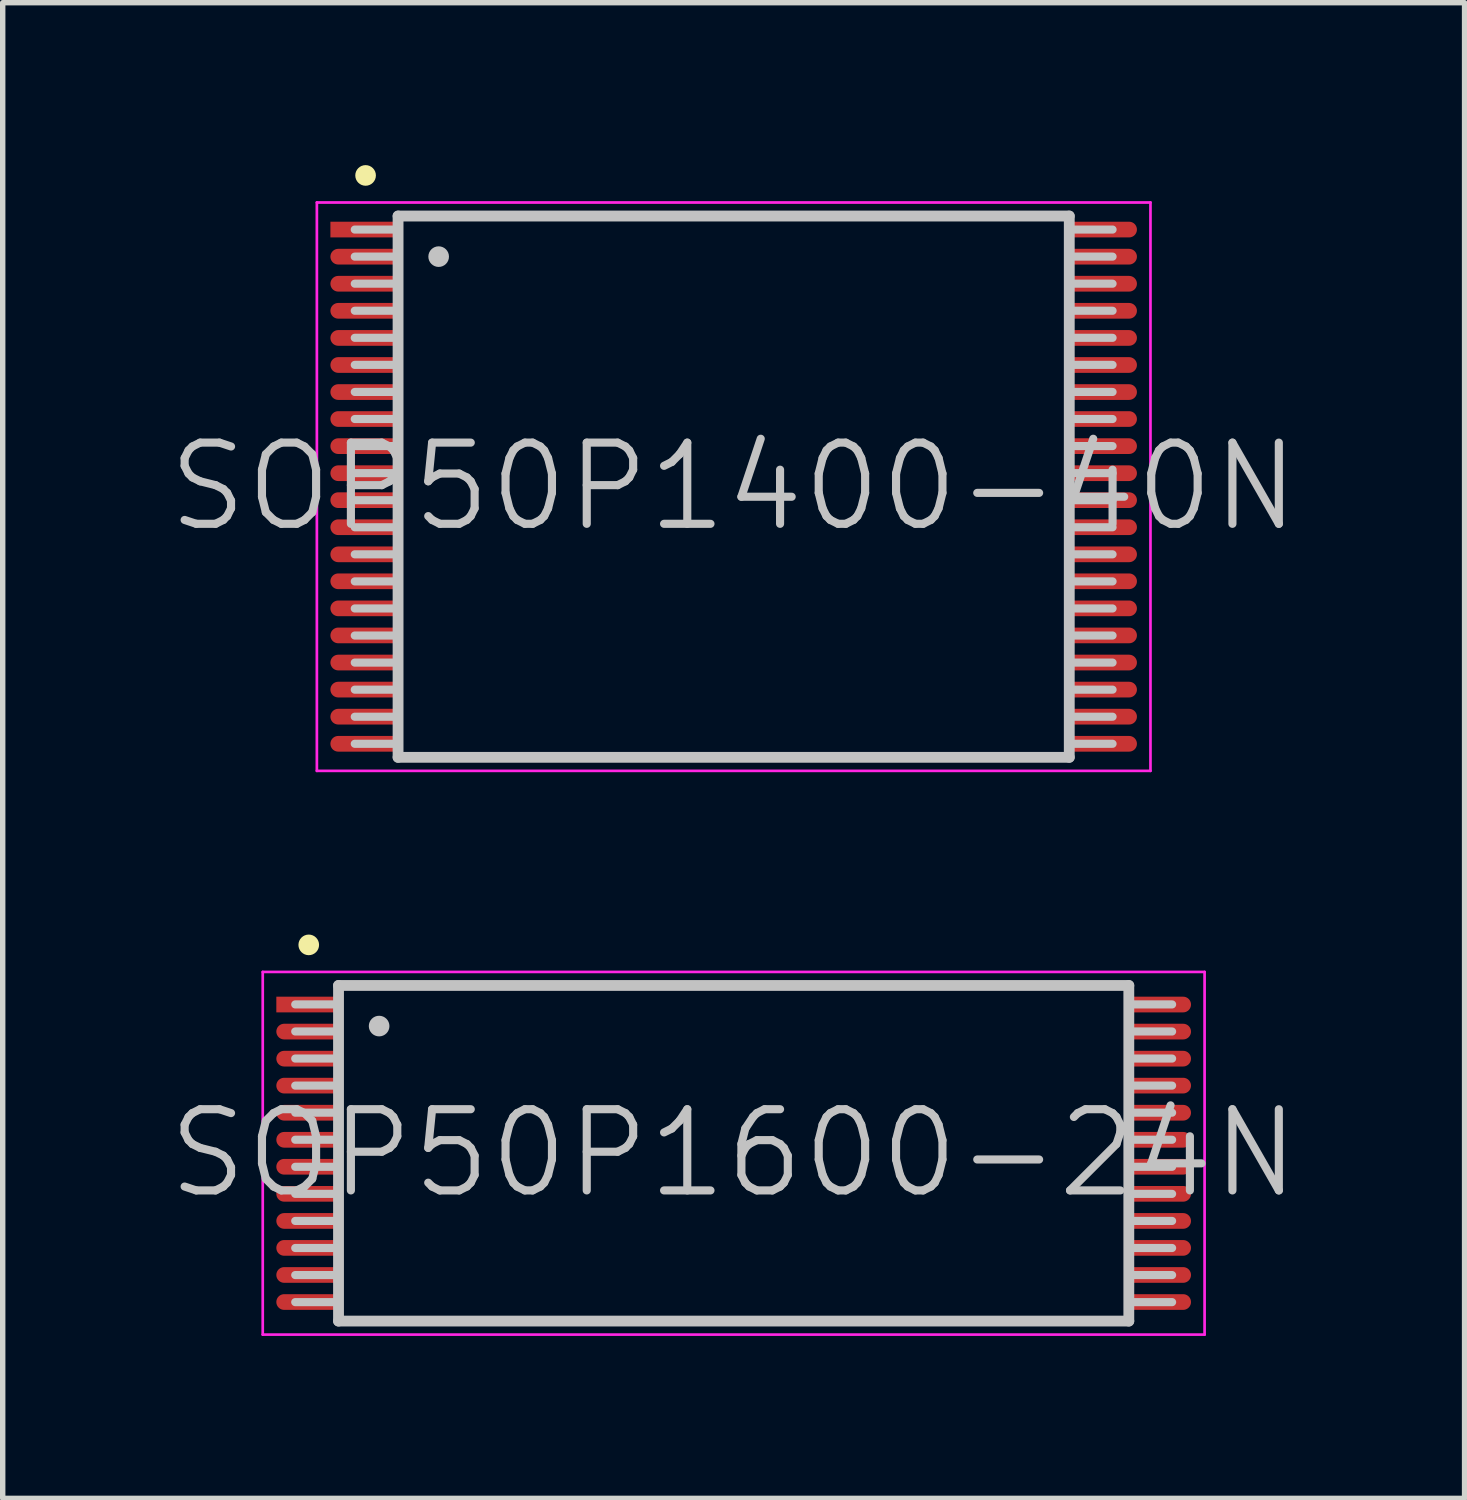
<source format=kicad_pcb>
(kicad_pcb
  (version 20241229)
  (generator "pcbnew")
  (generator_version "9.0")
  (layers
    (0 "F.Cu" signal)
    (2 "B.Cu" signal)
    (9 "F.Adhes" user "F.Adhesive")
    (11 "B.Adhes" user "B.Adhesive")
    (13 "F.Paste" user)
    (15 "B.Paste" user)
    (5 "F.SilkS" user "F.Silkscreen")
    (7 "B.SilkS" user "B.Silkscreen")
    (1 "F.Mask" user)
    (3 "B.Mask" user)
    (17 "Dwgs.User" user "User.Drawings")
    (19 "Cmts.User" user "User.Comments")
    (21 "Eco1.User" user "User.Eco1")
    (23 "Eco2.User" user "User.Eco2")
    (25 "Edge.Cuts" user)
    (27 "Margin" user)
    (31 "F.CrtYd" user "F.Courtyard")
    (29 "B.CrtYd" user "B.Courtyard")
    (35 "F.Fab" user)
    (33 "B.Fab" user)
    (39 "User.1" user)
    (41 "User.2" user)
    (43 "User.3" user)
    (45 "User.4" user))
  (footprint "SOP50P1400-40N"
    (layer "F.Cu")
    (at 10.504 5.941)
    (property "Reference" "SOP50P1400-40N" (at 0 0 0) (layer "Dwgs.User") (effects (font (size 1.5 1.5) (thickness 0.15))))
    (attr smd)
    (fp_line (start -6.8 -5.75) (end -6.8 -5.75) (stroke (width 0.381) (type solid)) (layer "F.SilkS"))
    (fp_line (start -6.2 -5) (end -6.2 5) (stroke (width 0.2) (type solid)) (layer "Dwgs.User"))
    (fp_line (start -6.2 -5) (end 6.2 -5) (stroke (width 0.2) (type solid)) (layer "Dwgs.User"))
    (fp_line (start -6.2 -4.75) (end -7 -4.75) (stroke (width 0.15) (type solid)) (layer "Dwgs.User"))
    (fp_line (start -6.2 -4.25) (end -7 -4.25) (stroke (width 0.15) (type solid)) (layer "Dwgs.User"))
    (fp_line (start -6.2 -3.75) (end -7 -3.75) (stroke (width 0.15) (type solid)) (layer "Dwgs.User"))
    (fp_line (start -6.2 -3.25) (end -7 -3.25) (stroke (width 0.15) (type solid)) (layer "Dwgs.User"))
    (fp_line (start -6.2 -2.75) (end -7 -2.75) (stroke (width 0.15) (type solid)) (layer "Dwgs.User"))
    (fp_line (start -6.2 -2.25) (end -7 -2.25) (stroke (width 0.15) (type solid)) (layer "Dwgs.User"))
    (fp_line (start -6.2 -1.75) (end -7 -1.75) (stroke (width 0.15) (type solid)) (layer "Dwgs.User"))
    (fp_line (start -6.2 -1.25) (end -7 -1.25) (stroke (width 0.15) (type solid)) (layer "Dwgs.User"))
    (fp_line (start -6.2 -0.75) (end -7 -0.75) (stroke (width 0.15) (type solid)) (layer "Dwgs.User"))
    (fp_line (start -6.2 -0.25) (end -7 -0.25) (stroke (width 0.15) (type solid)) (layer "Dwgs.User"))
    (fp_line (start -6.2 0.25) (end -7 0.25) (stroke (width 0.15) (type solid)) (layer "Dwgs.User"))
    (fp_line (start -6.2 0.75) (end -7 0.75) (stroke (width 0.15) (type solid)) (layer "Dwgs.User"))
    (fp_line (start -6.2 1.25) (end -7 1.25) (stroke (width 0.15) (type solid)) (layer "Dwgs.User"))
    (fp_line (start -6.2 1.75) (end -7 1.75) (stroke (width 0.15) (type solid)) (layer "Dwgs.User"))
    (fp_line (start -6.2 2.25) (end -7 2.25) (stroke (width 0.15) (type solid)) (layer "Dwgs.User"))
    (fp_line (start -6.2 2.75) (end -7 2.75) (stroke (width 0.15) (type solid)) (layer "Dwgs.User"))
    (fp_line (start -6.2 3.25) (end -7 3.25) (stroke (width 0.15) (type solid)) (layer "Dwgs.User"))
    (fp_line (start -6.2 3.75) (end -7 3.75) (stroke (width 0.15) (type solid)) (layer "Dwgs.User"))
    (fp_line (start -6.2 4.25) (end -7 4.25) (stroke (width 0.15) (type solid)) (layer "Dwgs.User"))
    (fp_line (start -6.2 4.75) (end -7 4.75) (stroke (width 0.15) (type solid)) (layer "Dwgs.User"))
    (fp_line (start -6.2 5) (end 6.2 5) (stroke (width 0.2) (type solid)) (layer "Dwgs.User"))
    (fp_line (start -5.45 -4.25) (end -5.45 -4.25) (stroke (width 0.381) (type solid)) (layer "Dwgs.User"))
    (fp_line (start 6.2 -5) (end 6.2 5) (stroke (width 0.2) (type solid)) (layer "Dwgs.User"))
    (fp_line (start 7 -4.75) (end 6.2 -4.75) (stroke (width 0.15) (type solid)) (layer "Dwgs.User"))
    (fp_line (start 7 -4.25) (end 6.2 -4.25) (stroke (width 0.15) (type solid)) (layer "Dwgs.User"))
    (fp_line (start 7 -3.75) (end 6.2 -3.75) (stroke (width 0.15) (type solid)) (layer "Dwgs.User"))
    (fp_line (start 7 -3.25) (end 6.2 -3.25) (stroke (width 0.15) (type solid)) (layer "Dwgs.User"))
    (fp_line (start 7 -2.75) (end 6.2 -2.75) (stroke (width 0.15) (type solid)) (layer "Dwgs.User"))
    (fp_line (start 7 -2.25) (end 6.2 -2.25) (stroke (width 0.15) (type solid)) (layer "Dwgs.User"))
    (fp_line (start 7 -1.75) (end 6.2 -1.75) (stroke (width 0.15) (type solid)) (layer "Dwgs.User"))
    (fp_line (start 7 -1.25) (end 6.2 -1.25) (stroke (width 0.15) (type solid)) (layer "Dwgs.User"))
    (fp_line (start 7 -0.75) (end 6.2 -0.75) (stroke (width 0.15) (type solid)) (layer "Dwgs.User"))
    (fp_line (start 7 -0.25) (end 6.2 -0.25) (stroke (width 0.15) (type solid)) (layer "Dwgs.User"))
    (fp_line (start 7 0.25) (end 6.2 0.25) (stroke (width 0.15) (type solid)) (layer "Dwgs.User"))
    (fp_line (start 7 0.75) (end 6.2 0.75) (stroke (width 0.15) (type solid)) (layer "Dwgs.User"))
    (fp_line (start 7 1.25) (end 6.2 1.25) (stroke (width 0.15) (type solid)) (layer "Dwgs.User"))
    (fp_line (start 7 1.75) (end 6.2 1.75) (stroke (width 0.15) (type solid)) (layer "Dwgs.User"))
    (fp_line (start 7 2.25) (end 6.2 2.25) (stroke (width 0.15) (type solid)) (layer "Dwgs.User"))
    (fp_line (start 7 2.75) (end 6.2 2.75) (stroke (width 0.15) (type solid)) (layer "Dwgs.User"))
    (fp_line (start 7 3.25) (end 6.2 3.25) (stroke (width 0.15) (type solid)) (layer "Dwgs.User"))
    (fp_line (start 7 3.75) (end 6.2 3.75) (stroke (width 0.15) (type solid)) (layer "Dwgs.User"))
    (fp_line (start 7 4.25) (end 6.2 4.25) (stroke (width 0.15) (type solid)) (layer "Dwgs.User"))
    (fp_line (start 7 4.75) (end 6.2 4.75) (stroke (width 0.15) (type solid)) (layer "Dwgs.User"))
    (fp_line (start -7.7 -5.25) (end -7.7 5.25) (stroke (width 0.05) (type solid)) (layer "F.CrtYd"))
    (fp_line (start -7.7 -5.25) (end 7.7 -5.25) (stroke (width 0.05) (type solid)) (layer "F.CrtYd"))
    (fp_line (start -7.7 5.25) (end 7.7 5.25) (stroke (width 0.05) (type solid)) (layer "F.CrtYd"))
    (fp_line (start 7.7 -5.25) (end 7.7 5.25) (stroke (width 0.05) (type solid)) (layer "F.CrtYd"))
    (pad "1" smd rect (at -6.8 -4.75 90) (size 0.29 1.3) (layers "F.Cu" "F.Mask" "F.Paste"))
    (pad "2" smd oval (at -6.8 -4.249 90) (size 0.29 1.3) (layers "F.Cu" "F.Mask" "F.Paste"))
    (pad "3" smd oval (at -6.8 -3.749 90) (size 0.29 1.3) (layers "F.Cu" "F.Mask" "F.Paste"))
    (pad "4" smd oval (at -6.8 -3.249 90) (size 0.29 1.3) (layers "F.Cu" "F.Mask" "F.Paste"))
    (pad "5" smd oval (at -6.8 -2.748 90) (size 0.29 1.3) (layers "F.Cu" "F.Mask" "F.Paste"))
    (pad "6" smd oval (at -6.8 -2.248 90) (size 0.29 1.3) (layers "F.Cu" "F.Mask" "F.Paste"))
    (pad "7" smd oval (at -6.8 -1.748 90) (size 0.29 1.3) (layers "F.Cu" "F.Mask" "F.Paste"))
    (pad "8" smd oval (at -6.8 -1.25 90) (size 0.29 1.3) (layers "F.Cu" "F.Mask" "F.Paste"))
    (pad "9" smd oval (at -6.8 -0.749 90) (size 0.29 1.3) (layers "F.Cu" "F.Mask" "F.Paste"))
    (pad "10" smd oval (at -6.8 -0.249 90) (size 0.29 1.3) (layers "F.Cu" "F.Mask" "F.Paste"))
    (pad "11" smd oval (at -6.8 0.249 90) (size 0.29 1.3) (layers "F.Cu" "F.Mask" "F.Paste"))
    (pad "12" smd oval (at -6.8 0.749 90) (size 0.29 1.3) (layers "F.Cu" "F.Mask" "F.Paste"))
    (pad "13" smd oval (at -6.8 1.25 90) (size 0.29 1.3) (layers "F.Cu" "F.Mask" "F.Paste"))
    (pad "14" smd oval (at -6.8 1.748 90) (size 0.29 1.3) (layers "F.Cu" "F.Mask" "F.Paste"))
    (pad "15" smd oval (at -6.8 2.248 90) (size 0.29 1.3) (layers "F.Cu" "F.Mask" "F.Paste"))
    (pad "16" smd oval (at -6.8 2.748 90) (size 0.29 1.3) (layers "F.Cu" "F.Mask" "F.Paste"))
    (pad "17" smd oval (at -6.8 3.249 90) (size 0.29 1.3) (layers "F.Cu" "F.Mask" "F.Paste"))
    (pad "18" smd oval (at -6.8 3.749 90) (size 0.29 1.3) (layers "F.Cu" "F.Mask" "F.Paste"))
    (pad "19" smd oval (at -6.8 4.249 90) (size 0.29 1.3) (layers "F.Cu" "F.Mask" "F.Paste"))
    (pad "20" smd oval (at -6.8 4.75 90) (size 0.29 1.3) (layers "F.Cu" "F.Mask" "F.Paste"))
    (pad "21" smd oval (at 6.8 4.75 270) (size 0.29 1.3) (layers "F.Cu" "F.Mask" "F.Paste"))
    (pad "22" smd oval (at 6.8 4.249 270) (size 0.29 1.3) (layers "F.Cu" "F.Mask" "F.Paste"))
    (pad "23" smd oval (at 6.8 3.749 270) (size 0.29 1.3) (layers "F.Cu" "F.Mask" "F.Paste"))
    (pad "24" smd oval (at 6.8 3.249 270) (size 0.29 1.3) (layers "F.Cu" "F.Mask" "F.Paste"))
    (pad "25" smd oval (at 6.8 2.748 270) (size 0.29 1.3) (layers "F.Cu" "F.Mask" "F.Paste"))
    (pad "26" smd oval (at 6.8 2.248 270) (size 0.29 1.3) (layers "F.Cu" "F.Mask" "F.Paste"))
    (pad "27" smd oval (at 6.8 1.748 270) (size 0.29 1.3) (layers "F.Cu" "F.Mask" "F.Paste"))
    (pad "28" smd oval (at 6.8 1.25 270) (size 0.29 1.3) (layers "F.Cu" "F.Mask" "F.Paste"))
    (pad "29" smd oval (at 6.8 0.749 270) (size 0.29 1.3) (layers "F.Cu" "F.Mask" "F.Paste"))
    (pad "30" smd oval (at 6.8 0.249 270) (size 0.29 1.3) (layers "F.Cu" "F.Mask" "F.Paste"))
    (pad "31" smd oval (at 6.8 -0.249 270) (size 0.29 1.3) (layers "F.Cu" "F.Mask" "F.Paste"))
    (pad "32" smd oval (at 6.8 -0.749 270) (size 0.29 1.3) (layers "F.Cu" "F.Mask" "F.Paste"))
    (pad "33" smd oval (at 6.8 -1.25 270) (size 0.29 1.3) (layers "F.Cu" "F.Mask" "F.Paste"))
    (pad "34" smd oval (at 6.8 -1.748 270) (size 0.29 1.3) (layers "F.Cu" "F.Mask" "F.Paste"))
    (pad "35" smd oval (at 6.8 -2.248 270) (size 0.29 1.3) (layers "F.Cu" "F.Mask" "F.Paste"))
    (pad "36" smd oval (at 6.8 -2.748 270) (size 0.29 1.3) (layers "F.Cu" "F.Mask" "F.Paste"))
    (pad "37" smd oval (at 6.8 -3.249 270) (size 0.29 1.3) (layers "F.Cu" "F.Mask" "F.Paste"))
    (pad "38" smd oval (at 6.8 -3.749 270) (size 0.29 1.3) (layers "F.Cu" "F.Mask" "F.Paste"))
    (pad "39" smd oval (at 6.8 -4.249 270) (size 0.29 1.3) (layers "F.Cu" "F.Mask" "F.Paste"))
    (pad "40" smd oval (at 6.8 -4.75 270) (size 0.29 1.3) (layers "F.Cu" "F.Mask" "F.Paste")))
  (footprint "SOP50P1600-24N"
    (layer "F.Cu")
    (at 10.504 18.256)
    (property "Reference" "SOP50P1600-24N" (at 0 0 0) (layer "Dwgs.User") (effects (font (size 1.5 1.5) (thickness 0.15))))
    (attr smd)
    (fp_line (start -7.85 -3.85) (end -7.85 -3.85) (stroke (width 0.381) (type solid)) (layer "F.SilkS"))
    (fp_line (start -7.3 -3.1) (end -7.3 3.1) (stroke (width 0.2) (type solid)) (layer "Dwgs.User"))
    (fp_line (start -7.3 -3.1) (end 7.3 -3.1) (stroke (width 0.2) (type solid)) (layer "Dwgs.User"))
    (fp_line (start -7.3 -2.75) (end -8.1 -2.75) (stroke (width 0.15) (type solid)) (layer "Dwgs.User"))
    (fp_line (start -7.3 -2.25) (end -8.1 -2.25) (stroke (width 0.15) (type solid)) (layer "Dwgs.User"))
    (fp_line (start -7.3 -1.75) (end -8.1 -1.75) (stroke (width 0.15) (type solid)) (layer "Dwgs.User"))
    (fp_line (start -7.3 -1.25) (end -8.1 -1.25) (stroke (width 0.15) (type solid)) (layer "Dwgs.User"))
    (fp_line (start -7.3 -0.75) (end -8.1 -0.75) (stroke (width 0.15) (type solid)) (layer "Dwgs.User"))
    (fp_line (start -7.3 -0.25) (end -8.1 -0.25) (stroke (width 0.15) (type solid)) (layer "Dwgs.User"))
    (fp_line (start -7.3 0.25) (end -8.1 0.25) (stroke (width 0.15) (type solid)) (layer "Dwgs.User"))
    (fp_line (start -7.3 0.75) (end -8.1 0.75) (stroke (width 0.15) (type solid)) (layer "Dwgs.User"))
    (fp_line (start -7.3 1.25) (end -8.1 1.25) (stroke (width 0.15) (type solid)) (layer "Dwgs.User"))
    (fp_line (start -7.3 1.75) (end -8.1 1.75) (stroke (width 0.15) (type solid)) (layer "Dwgs.User"))
    (fp_line (start -7.3 2.25) (end -8.1 2.25) (stroke (width 0.15) (type solid)) (layer "Dwgs.User"))
    (fp_line (start -7.3 2.75) (end -8.1 2.75) (stroke (width 0.15) (type solid)) (layer "Dwgs.User"))
    (fp_line (start -7.3 3.1) (end 7.3 3.1) (stroke (width 0.2) (type solid)) (layer "Dwgs.User"))
    (fp_line (start -6.55 -2.35) (end -6.55 -2.35) (stroke (width 0.381) (type solid)) (layer "Dwgs.User"))
    (fp_line (start 7.3 -3.1) (end 7.3 3.1) (stroke (width 0.2) (type solid)) (layer "Dwgs.User"))
    (fp_line (start 8.1 -2.75) (end 7.3 -2.75) (stroke (width 0.15) (type solid)) (layer "Dwgs.User"))
    (fp_line (start 8.1 -2.25) (end 7.3 -2.25) (stroke (width 0.15) (type solid)) (layer "Dwgs.User"))
    (fp_line (start 8.1 -1.75) (end 7.3 -1.75) (stroke (width 0.15) (type solid)) (layer "Dwgs.User"))
    (fp_line (start 8.1 -1.25) (end 7.3 -1.25) (stroke (width 0.15) (type solid)) (layer "Dwgs.User"))
    (fp_line (start 8.1 -0.75) (end 7.3 -0.75) (stroke (width 0.15) (type solid)) (layer "Dwgs.User"))
    (fp_line (start 8.1 -0.25) (end 7.3 -0.25) (stroke (width 0.15) (type solid)) (layer "Dwgs.User"))
    (fp_line (start 8.1 0.25) (end 7.3 0.25) (stroke (width 0.15) (type solid)) (layer "Dwgs.User"))
    (fp_line (start 8.1 0.75) (end 7.3 0.75) (stroke (width 0.15) (type solid)) (layer "Dwgs.User"))
    (fp_line (start 8.1 1.25) (end 7.3 1.25) (stroke (width 0.15) (type solid)) (layer "Dwgs.User"))
    (fp_line (start 8.1 1.75) (end 7.3 1.75) (stroke (width 0.15) (type solid)) (layer "Dwgs.User"))
    (fp_line (start 8.1 2.25) (end 7.3 2.25) (stroke (width 0.15) (type solid)) (layer "Dwgs.User"))
    (fp_line (start 8.1 2.75) (end 7.3 2.75) (stroke (width 0.15) (type solid)) (layer "Dwgs.User"))
    (fp_line (start -8.7 -3.35) (end -8.7 3.35) (stroke (width 0.05) (type solid)) (layer "F.CrtYd"))
    (fp_line (start -8.7 -3.35) (end 8.7 -3.35) (stroke (width 0.05) (type solid)) (layer "F.CrtYd"))
    (fp_line (start -8.7 3.35) (end 8.7 3.35) (stroke (width 0.05) (type solid)) (layer "F.CrtYd"))
    (fp_line (start 8.7 -3.35) (end 8.7 3.35) (stroke (width 0.05) (type solid)) (layer "F.CrtYd"))
    (pad "1" smd rect (at -7.849 -2.748 90) (size 0.29 1.2) (layers "F.Cu" "F.Mask" "F.Paste"))
    (pad "2" smd oval (at -7.849 -2.248 90) (size 0.29 1.2) (layers "F.Cu" "F.Mask" "F.Paste"))
    (pad "3" smd oval (at -7.849 -1.748 90) (size 0.29 1.2) (layers "F.Cu" "F.Mask" "F.Paste"))
    (pad "4" smd oval (at -7.849 -1.25 90) (size 0.29 1.2) (layers "F.Cu" "F.Mask" "F.Paste"))
    (pad "5" smd oval (at -7.849 -0.749 90) (size 0.29 1.2) (layers "F.Cu" "F.Mask" "F.Paste"))
    (pad "6" smd oval (at -7.849 -0.249 90) (size 0.29 1.2) (layers "F.Cu" "F.Mask" "F.Paste"))
    (pad "7" smd oval (at -7.849 0.249 90) (size 0.29 1.2) (layers "F.Cu" "F.Mask" "F.Paste"))
    (pad "8" smd oval (at -7.849 0.749 90) (size 0.29 1.2) (layers "F.Cu" "F.Mask" "F.Paste"))
    (pad "9" smd oval (at -7.849 1.25 90) (size 0.29 1.2) (layers "F.Cu" "F.Mask" "F.Paste"))
    (pad "10" smd oval (at -7.849 1.748 90) (size 0.29 1.2) (layers "F.Cu" "F.Mask" "F.Paste"))
    (pad "11" smd oval (at -7.849 2.248 90) (size 0.29 1.2) (layers "F.Cu" "F.Mask" "F.Paste"))
    (pad "12" smd oval (at -7.849 2.748 90) (size 0.29 1.2) (layers "F.Cu" "F.Mask" "F.Paste"))
    (pad "13" smd oval (at 7.849 2.748 270) (size 0.29 1.2) (layers "F.Cu" "F.Mask" "F.Paste"))
    (pad "14" smd oval (at 7.849 2.248 270) (size 0.29 1.2) (layers "F.Cu" "F.Mask" "F.Paste"))
    (pad "15" smd oval (at 7.849 1.748 270) (size 0.29 1.2) (layers "F.Cu" "F.Mask" "F.Paste"))
    (pad "16" smd oval (at 7.849 1.25 270) (size 0.29 1.2) (layers "F.Cu" "F.Mask" "F.Paste"))
    (pad "17" smd oval (at 7.849 0.749 270) (size 0.29 1.2) (layers "F.Cu" "F.Mask" "F.Paste"))
    (pad "18" smd oval (at 7.849 0.249 270) (size 0.29 1.2) (layers "F.Cu" "F.Mask" "F.Paste"))
    (pad "19" smd oval (at 7.849 -0.249 270) (size 0.29 1.2) (layers "F.Cu" "F.Mask" "F.Paste"))
    (pad "20" smd oval (at 7.849 -0.749 270) (size 0.29 1.2) (layers "F.Cu" "F.Mask" "F.Paste"))
    (pad "21" smd oval (at 7.849 -1.25 270) (size 0.29 1.2) (layers "F.Cu" "F.Mask" "F.Paste"))
    (pad "22" smd oval (at 7.849 -1.748 270) (size 0.29 1.2) (layers "F.Cu" "F.Mask" "F.Paste"))
    (pad "23" smd oval (at 7.849 -2.248 270) (size 0.29 1.2) (layers "F.Cu" "F.Mask" "F.Paste"))
    (pad "24" smd oval (at 7.849 -2.748 270) (size 0.29 1.2) (layers "F.Cu" "F.Mask" "F.Paste")))
  (gr_rect
    (start -3 -3)
    (end 24.007 24.631)
    (stroke (width 0.1) (type default))
    (fill no)
    (layer "Edge.Cuts")))
</source>
